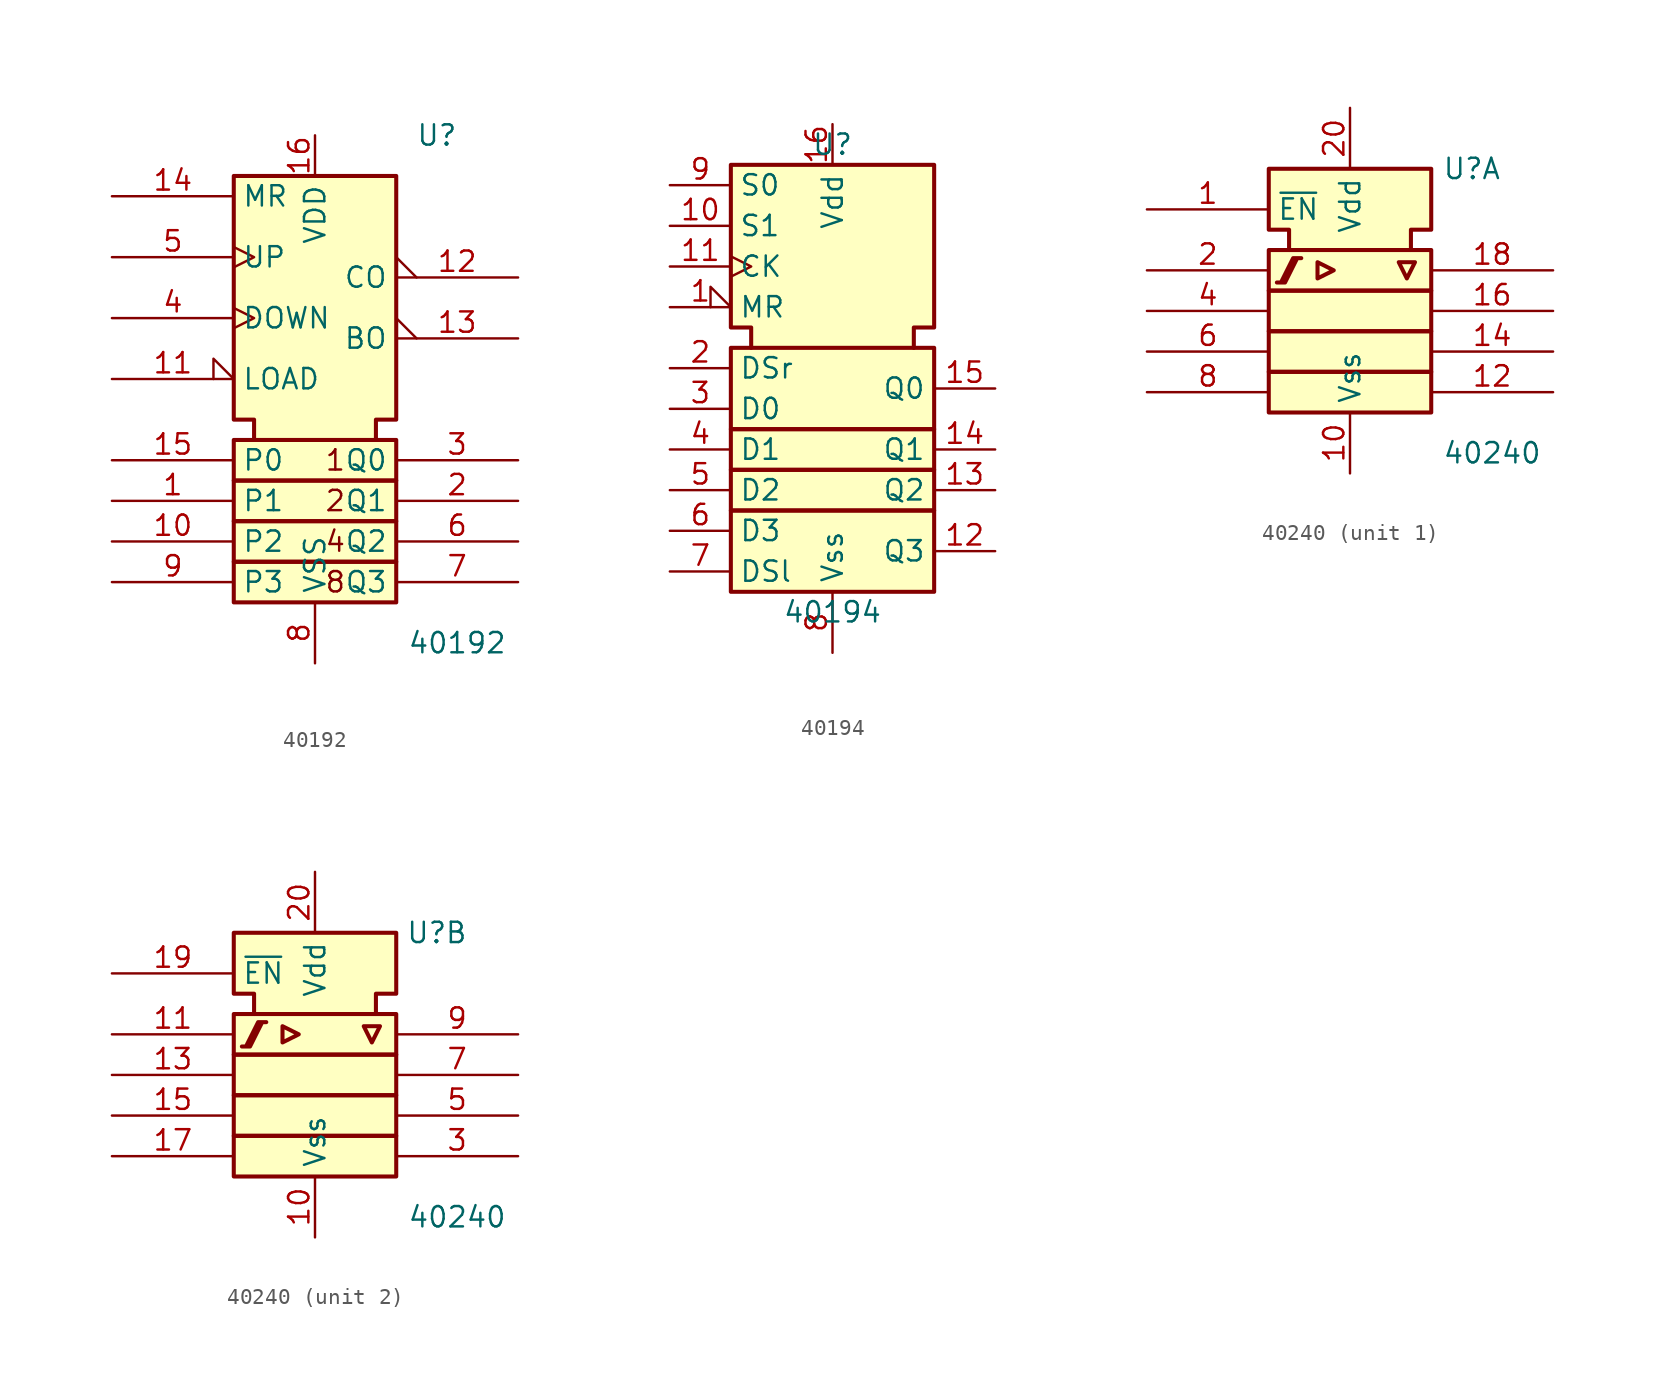
<source format=kicad_sym>
(kicad_symbol_lib
  (version 20241209)
  (generator "kicad_symbol_editor")
  (generator_version "9.0")
  (symbol "40192"
    (property "Reference" "U"
      (at 7.62 12.7 0)
      (effects (font (size 1.27 1.27))))
    (property "Value" "40192"
      (at 8.89 -19.05 0)
      (effects (font (size 1.27 1.27))))
    (symbol "40192_0_0"
      (text "1" (at 1.27 -7.62 0) (effects (font (size 1.27 1.27))))
      (text "2" (at 1.27 -10.16 0) (effects (font (size 1.27 1.27))))
      (text "4" (at 1.27 -12.7 0) (effects (font (size 1.27 1.27))))
      (text "8" (at 1.27 -15.24 0) (effects (font (size 1.27 1.27)))))
    (symbol "40192_0_1"
      (rectangle (start -5.08 -6.35) (end 5.08 -8.89) (stroke (width 0.254) (type default)) (fill (type background)))
      (rectangle (start -5.08 -8.89) (end 5.08 -11.43) (stroke (width 0.254) (type default)) (fill (type background)))
      (rectangle (start -5.08 -11.43) (end 5.08 -13.97) (stroke (width 0.254) (type default)) (fill (type background)))
      (rectangle (start -5.08 -13.97) (end 5.08 -16.51) (stroke (width 0.254) (type default)) (fill (type background)))
      (polyline (pts (xy -3.81 -6.35) (xy -3.81 -5.08) (xy -5.08 -5.08) (xy -5.08 10.16) (xy 5.08 10.16) (xy 5.08 -5.08) (xy 3.81 -5.08) (xy 3.81 -6.35) (xy 3.81 -6.35)) (stroke (width 0.254) (type default)) (fill (type background))))
    (symbol "40192_1_1"
      (pin input line (at -12.7 8.89 0) (length 7.62) (name "MR" (effects (font (size 1.27 1.27)))) (number "14" (effects (font (size 1.27 1.27)))))
      (pin input clock (at -12.7 5.08 0) (length 7.62) (name "UP" (effects (font (size 1.27 1.27)))) (number "5" (effects (font (size 1.27 1.27)))))
      (pin input clock (at -12.7 1.27 0) (length 7.62) (name "DOWN" (effects (font (size 1.27 1.27)))) (number "4" (effects (font (size 1.27 1.27)))))
      (pin input input_low (at -12.7 -2.54 0) (length 7.62) (name "LOAD" (effects (font (size 1.27 1.27)))) (number "11" (effects (font (size 1.27 1.27)))))
      (pin input line (at -12.7 -7.62 0) (length 7.62) (name "P0" (effects (font (size 1.27 1.27)))) (number "15" (effects (font (size 1.27 1.27)))))
      (pin input line (at -12.7 -10.16 0) (length 7.62) (name "P1" (effects (font (size 1.27 1.27)))) (number "1" (effects (font (size 1.27 1.27)))))
      (pin input line (at -12.7 -12.7 0) (length 7.62) (name "P2" (effects (font (size 1.27 1.27)))) (number "10" (effects (font (size 1.27 1.27)))))
      (pin input line (at -12.7 -15.24 0) (length 7.62) (name "P3" (effects (font (size 1.27 1.27)))) (number "9" (effects (font (size 1.27 1.27)))))
      (pin power_in line (at 0 12.7 270) (length 2.54) (name "VDD" (effects (font (size 1.27 1.27)))) (number "16" (effects (font (size 1.27 1.27)))))
      (pin power_in line (at 0 -20.32 90) (length 3.81) (name "VSS" (effects (font (size 1.27 1.27)))) (number "8" (effects (font (size 1.27 1.27)))))
      (pin output output_low (at 12.7 3.81 180) (length 7.62) (name "CO" (effects (font (size 1.27 1.27)))) (number "12" (effects (font (size 1.27 1.27)))))
      (pin output output_low (at 12.7 0 180) (length 7.62) (name "BO" (effects (font (size 1.27 1.27)))) (number "13" (effects (font (size 1.27 1.27)))))
      (pin output line (at 12.7 -7.62 180) (length 7.62) (name "Q0" (effects (font (size 1.27 1.27)))) (number "3" (effects (font (size 1.27 1.27)))))
      (pin output line (at 12.7 -10.16 180) (length 7.62) (name "Q1" (effects (font (size 1.27 1.27)))) (number "2" (effects (font (size 1.27 1.27)))))
      (pin output line (at 12.7 -12.7 180) (length 7.62) (name "Q2" (effects (font (size 1.27 1.27)))) (number "6" (effects (font (size 1.27 1.27)))))
      (pin output line (at 12.7 -15.24 180) (length 7.62) (name "Q3" (effects (font (size 1.27 1.27)))) (number "7" (effects (font (size 1.27 1.27)))))))
  (symbol "40194"
    (property "Reference" "U"
      (at 0 13.97 0)
      (effects (font (size 1.27 1.27))))
    (property "Value" "40194"
      (at 0 -15.24 0)
      (effects (font (size 1.27 1.27))))
    (symbol "40194_0_0"
      (rectangle (start -6.35 -6.35) (end 6.35 -8.89) (stroke (width 0.254) (type default)) (fill (type background)))
      (rectangle (start -6.35 -8.89) (end 6.35 -13.97) (stroke (width 0.254) (type default)) (fill (type background))))
    (symbol "40194_0_1"
      (rectangle (start -6.35 1.27) (end 6.35 -3.81) (stroke (width 0.254) (type default)) (fill (type background)))
      (rectangle (start -6.35 -3.81) (end 6.35 -6.35) (stroke (width 0.254) (type default)) (fill (type background)))
      (polyline (pts (xy -5.08 1.27) (xy -5.08 2.54) (xy -6.35 2.54) (xy -6.35 12.7) (xy 6.35 12.7) (xy 6.35 2.54) (xy 5.08 2.54) (xy 5.08 1.27) (xy 5.08 1.27)) (stroke (width 0.254) (type default)) (fill (type background)))
      (pin power_in line (at 0 15.24 270) (length 2.54) (name "Vdd" (effects (font (size 1.27 1.27)))) (number "16" (effects (font (size 1.27 1.27)))))
      (pin power_in line (at 0 -17.78 90) (length 3.81) (name "Vss" (effects (font (size 1.27 1.27)))) (number "8" (effects (font (size 1.27 1.27))))))
    (symbol "40194_1_1"
      (pin input line (at -10.16 11.43 0) (length 3.81) (name "S0" (effects (font (size 1.27 1.27)))) (number "9" (effects (font (size 1.27 1.27)))))
      (pin input line (at -10.16 8.89 0) (length 3.81) (name "S1" (effects (font (size 1.27 1.27)))) (number "10" (effects (font (size 1.27 1.27)))))
      (pin input clock (at -10.16 6.35 0) (length 3.81) (name "CK" (effects (font (size 1.27 1.27)))) (number "11" (effects (font (size 1.27 1.27)))))
      (pin input input_low (at -10.16 3.81 0) (length 3.81) (name "MR" (effects (font (size 1.27 1.27)))) (number "1" (effects (font (size 1.27 1.27)))))
      (pin input line (at -10.16 0 0) (length 3.81) (name "DSr" (effects (font (size 1.27 1.27)))) (number "2" (effects (font (size 1.27 1.27)))))
      (pin input line (at -10.16 -2.54 0) (length 3.81) (name "D0" (effects (font (size 1.27 1.27)))) (number "3" (effects (font (size 1.27 1.27)))))
      (pin input line (at -10.16 -5.08 0) (length 3.81) (name "D1" (effects (font (size 1.27 1.27)))) (number "4" (effects (font (size 1.27 1.27)))))
      (pin input line (at -10.16 -7.62 0) (length 3.81) (name "D2" (effects (font (size 1.27 1.27)))) (number "5" (effects (font (size 1.27 1.27)))))
      (pin input line (at -10.16 -10.16 0) (length 3.81) (name "D3" (effects (font (size 1.27 1.27)))) (number "6" (effects (font (size 1.27 1.27)))))
      (pin input line (at -10.16 -12.7 0) (length 3.81) (name "DSl" (effects (font (size 1.27 1.27)))) (number "7" (effects (font (size 1.27 1.27)))))
      (pin output line (at 10.16 -1.27 180) (length 3.81) (name "Q0" (effects (font (size 1.27 1.27)))) (number "15" (effects (font (size 1.27 1.27)))))
      (pin output line (at 10.16 -5.08 180) (length 3.81) (name "Q1" (effects (font (size 1.27 1.27)))) (number "14" (effects (font (size 1.27 1.27)))))
      (pin output line (at 10.16 -7.62 180) (length 3.81) (name "Q2" (effects (font (size 1.27 1.27)))) (number "13" (effects (font (size 1.27 1.27)))))
      (pin output line (at 10.16 -11.43 180) (length 3.81) (name "Q3" (effects (font (size 1.27 1.27)))) (number "12" (effects (font (size 1.27 1.27)))))))
  (symbol "40240"
    (property "Reference" "U"
      (at 7.62 8.89 0)
      (effects (font (size 1.27 1.27))))
    (property "Value" "40240"
      (at 8.89 -8.89 0)
      (effects (font (size 1.27 1.27))))
    (symbol "40240_0_0"
      (polyline (pts (xy -4.572 1.778) (xy -4.064 1.778) (xy -3.302 3.302) (xy -3.048 3.302) (xy -3.556 3.302) (xy -4.318 1.778) (xy -4.318 1.778)) (stroke (width 0.254) (type default)) (fill (type background)))
      (polyline (pts (xy -2.032 3.048) (xy -2.032 2.032) (xy -1.016 2.54) (xy -2.032 3.048) (xy -2.032 3.048)) (stroke (width 0.254) (type default)) (fill (type background)))
      (polyline (pts (xy 3.048 3.048) (xy 4.064 3.048) (xy 3.556 2.032) (xy 3.048 3.048) (xy 3.048 3.048)) (stroke (width 0.254) (type default)) (fill (type background))))
    (symbol "40240_0_1"
      (rectangle (start -5.08 3.81) (end 5.08 1.27) (stroke (width 0.254) (type default)) (fill (type background)))
      (rectangle (start -5.08 1.27) (end 5.08 -1.27) (stroke (width 0.254) (type default)) (fill (type background)))
      (rectangle (start -5.08 -1.27) (end 5.08 -3.81) (stroke (width 0.254) (type default)) (fill (type background)))
      (rectangle (start -5.08 -3.81) (end 5.08 -6.35) (stroke (width 0.254) (type default)) (fill (type background)))
      (polyline (pts (xy -3.81 3.81) (xy -3.81 5.08) (xy -5.08 5.08) (xy -5.08 8.89) (xy 5.08 8.89) (xy 5.08 5.08) (xy 3.81 5.08) (xy 3.81 3.81) (xy 3.81 3.81)) (stroke (width 0.254) (type default)) (fill (type background)))
      (pin power_in line (at 0 12.7 270) (length 3.81) (name "Vdd" (effects (font (size 1.27 1.27)))) (number "20" (effects (font (size 1.27 1.27)))))
      (pin power_in line (at 0 -10.16 90) (length 3.81) (name "Vss" (effects (font (size 1.27 1.27)))) (number "10" (effects (font (size 1.27 1.27))))))
    (symbol "40240_1_0"
      (pin input line (at -12.7 0 0) (length 7.62) (name "~" (effects (font (size 1.27 1.27)))) (number "4" (effects (font (size 1.27 1.27)))))
      (pin output line (at 12.7 2.54 180) (length 7.62) (name "~" (effects (font (size 1.27 1.27)))) (number "18" (effects (font (size 1.27 1.27)))))
      (pin output line (at 12.7 0 180) (length 7.62) (name "~" (effects (font (size 1.27 1.27)))) (number "16" (effects (font (size 1.27 1.27)))))
      (pin output line (at 12.7 -2.54 180) (length 7.62) (name "~" (effects (font (size 1.27 1.27)))) (number "14" (effects (font (size 1.27 1.27)))))
      (pin output line (at 12.7 -5.08 180) (length 7.62) (name "~" (effects (font (size 1.27 1.27)))) (number "12" (effects (font (size 1.27 1.27))))))
    (symbol "40240_1_1"
      (pin input line (at -12.7 6.35 0) (length 7.62) (name "~{EN}" (effects (font (size 1.27 1.27)))) (number "1" (effects (font (size 1.27 1.27)))))
      (pin input line (at -12.7 2.54 0) (length 7.62) (name "~" (effects (font (size 1.27 1.27)))) (number "2" (effects (font (size 1.27 1.27)))))
      (pin input line (at -12.7 -2.54 0) (length 7.62) (name "~" (effects (font (size 1.27 1.27)))) (number "6" (effects (font (size 1.27 1.27)))))
      (pin input line (at -12.7 -5.08 0) (length 7.62) (name "~" (effects (font (size 1.27 1.27)))) (number "8" (effects (font (size 1.27 1.27))))))
    (symbol "40240_2_0"
      (pin input line (at -12.7 6.35 0) (length 7.62) (name "~{EN}" (effects (font (size 1.27 1.27)))) (number "19" (effects (font (size 1.27 1.27)))))
      (pin input line (at -12.7 2.54 0) (length 7.62) (name "~" (effects (font (size 1.27 1.27)))) (number "11" (effects (font (size 1.27 1.27)))))
      (pin input line (at -12.7 -2.54 0) (length 7.62) (name "~" (effects (font (size 1.27 1.27)))) (number "15" (effects (font (size 1.27 1.27)))))
      (pin input line (at -12.7 -5.08 0) (length 7.62) (name "~" (effects (font (size 1.27 1.27)))) (number "17" (effects (font (size 1.27 1.27))))))
    (symbol "40240_2_1"
      (pin input line (at -12.7 0 0) (length 7.62) (name "~" (effects (font (size 1.27 1.27)))) (number "13" (effects (font (size 1.27 1.27)))))
      (pin output line (at 12.7 2.54 180) (length 7.62) (name "~" (effects (font (size 1.27 1.27)))) (number "9" (effects (font (size 1.27 1.27)))))
      (pin output line (at 12.7 0 180) (length 7.62) (name "~" (effects (font (size 1.27 1.27)))) (number "7" (effects (font (size 1.27 1.27)))))
      (pin output line (at 12.7 -2.54 180) (length 7.62) (name "~" (effects (font (size 1.27 1.27)))) (number "5" (effects (font (size 1.27 1.27)))))
      (pin output line (at 12.7 -5.08 180) (length 7.62) (name "~" (effects (font (size 1.27 1.27)))) (number "3" (effects (font (size 1.27 1.27))))))))
</source>
